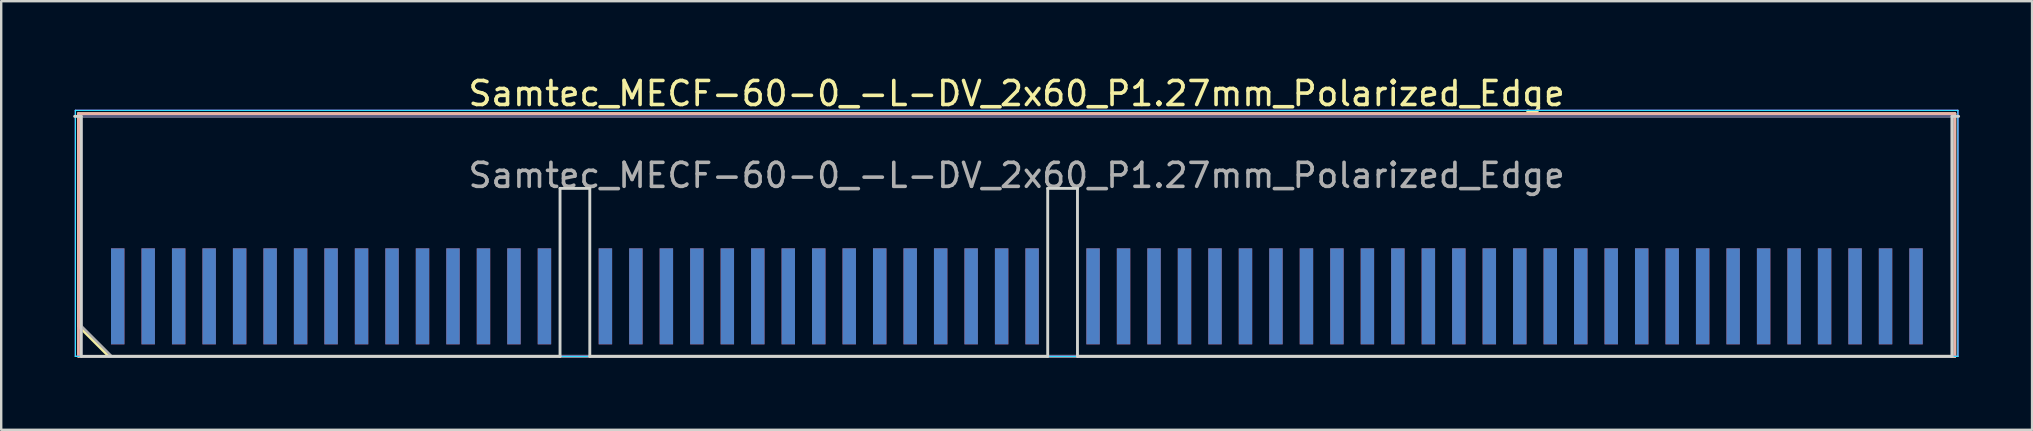
<source format=kicad_pcb>
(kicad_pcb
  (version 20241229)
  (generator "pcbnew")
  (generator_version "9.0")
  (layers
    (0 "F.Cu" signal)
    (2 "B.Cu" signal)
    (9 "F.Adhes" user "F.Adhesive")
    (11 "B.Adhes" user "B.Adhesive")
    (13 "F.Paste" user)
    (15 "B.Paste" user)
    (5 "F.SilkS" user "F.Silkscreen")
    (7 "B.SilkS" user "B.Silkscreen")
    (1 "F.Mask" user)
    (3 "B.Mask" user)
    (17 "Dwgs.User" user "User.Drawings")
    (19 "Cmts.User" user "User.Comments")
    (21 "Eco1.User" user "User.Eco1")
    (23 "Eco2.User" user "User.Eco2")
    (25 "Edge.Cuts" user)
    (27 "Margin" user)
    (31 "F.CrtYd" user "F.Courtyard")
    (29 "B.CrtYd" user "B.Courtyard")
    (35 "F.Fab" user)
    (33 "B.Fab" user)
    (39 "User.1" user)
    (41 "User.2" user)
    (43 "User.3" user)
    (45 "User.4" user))
  (footprint "Samtec_MECF-60-0_-L-DV_2x60_P1.27mm_Polarized_Edge"
    (layer "F.Cu")
    (at 39.31 6.798)
    (property "Reference" "Samtec_MECF-60-0_-L-DV_2x60_P1.27mm_Polarized_Edge" (at 0 -5.95 0) (layer "F.SilkS") (effects (font (size 1 1) (thickness 0.15))))
    (attr exclude_from_pos_files exclude_from_bom)
    (fp_line (start -39.09 -5.11) (end 39.09 -5.11) (stroke (width 0.12) (type solid)) (layer "F.SilkS"))
    (fp_line (start -39.09 3.73) (end -39.09 -5.11) (stroke (width 0.12) (type solid)) (layer "F.SilkS"))
    (fp_line (start -37.82 5) (end -39.09 3.73) (stroke (width 0.12) (type solid)) (layer "F.SilkS"))
    (fp_line (start -37.82 5) (end 39.09 5) (stroke (width 0.12) (type solid)) (layer "F.SilkS"))
    (fp_line (start 39.09 5) (end 39.09 -5.11) (stroke (width 0.12) (type solid)) (layer "F.SilkS"))
    (fp_line (start -39.09 -5.11) (end 39.09 -5.11) (stroke (width 0.12) (type solid)) (layer "B.SilkS"))
    (fp_line (start -39.09 5) (end -39.09 -5.11) (stroke (width 0.12) (type solid)) (layer "B.SilkS"))
    (fp_line (start -39.09 5) (end 39.09 5) (stroke (width 0.12) (type solid)) (layer "B.SilkS"))
    (fp_line (start 39.09 5) (end 39.09 -5.11) (stroke (width 0.12) (type solid)) (layer "B.SilkS"))
    (fp_line (start -39.25 -5) (end -38.975 -5) (stroke (width 0.12) (type solid)) (layer "Edge.Cuts"))
    (fp_line (start -38.975 5) (end -38.975 -5) (stroke (width 0.12) (type solid)) (layer "Edge.Cuts"))
    (fp_line (start -38.975 5) (end -19.025 5) (stroke (width 0.12) (type solid)) (layer "Edge.Cuts"))
    (fp_line (start -19.025 -2) (end -17.785 -2) (stroke (width 0.12) (type solid)) (layer "Edge.Cuts"))
    (fp_line (start -19.025 5) (end -19.025 -2) (stroke (width 0.12) (type solid)) (layer "Edge.Cuts"))
    (fp_line (start -17.785 5) (end -17.785 -2) (stroke (width 0.12) (type solid)) (layer "Edge.Cuts"))
    (fp_line (start -17.785 5) (end 1.295 5) (stroke (width 0.12) (type solid)) (layer "Edge.Cuts"))
    (fp_line (start 1.295 -2) (end 2.535 -2) (stroke (width 0.12) (type solid)) (layer "Edge.Cuts"))
    (fp_line (start 1.295 5) (end 1.295 -2) (stroke (width 0.12) (type solid)) (layer "Edge.Cuts"))
    (fp_line (start 2.535 5) (end 2.535 -2) (stroke (width 0.12) (type solid)) (layer "Edge.Cuts"))
    (fp_line (start 2.535 5) (end 38.975 5) (stroke (width 0.12) (type solid)) (layer "Edge.Cuts"))
    (fp_line (start 38.975 5) (end 38.975 -5) (stroke (width 0.12) (type solid)) (layer "Edge.Cuts"))
    (fp_line (start 39.25 -5) (end 38.975 -5) (stroke (width 0.12) (type solid)) (layer "Edge.Cuts"))
    (fp_line (start -39.22 -5.25) (end -39.22 5) (stroke (width 0.05) (type solid)) (layer "B.CrtYd"))
    (fp_line (start -39.22 5) (end 39.22 5) (stroke (width 0.05) (type solid)) (layer "B.CrtYd"))
    (fp_line (start 39.22 -5.25) (end -39.22 -5.25) (stroke (width 0.05) (type solid)) (layer "B.CrtYd"))
    (fp_line (start 39.22 5) (end 39.22 -5.25) (stroke (width 0.05) (type solid)) (layer "B.CrtYd"))
    (fp_line (start -39.22 -5.25) (end -39.22 5) (stroke (width 0.05) (type solid)) (layer "F.CrtYd"))
    (fp_line (start -39.22 5) (end 39.22 5) (stroke (width 0.05) (type solid)) (layer "F.CrtYd"))
    (fp_line (start 39.22 -5.25) (end -39.22 -5.25) (stroke (width 0.05) (type solid)) (layer "F.CrtYd"))
    (fp_line (start 39.22 5) (end 39.22 -5.25) (stroke (width 0.05) (type solid)) (layer "F.CrtYd"))
    (fp_line (start -38.975 -5) (end 38.975 -5) (stroke (width 0.1) (type solid)) (layer "B.Fab"))
    (fp_line (start -38.975 5) (end -38.975 -5) (stroke (width 0.1) (type solid)) (layer "B.Fab"))
    (fp_line (start -38.975 5) (end 38.975 5) (stroke (width 0.1) (type solid)) (layer "B.Fab"))
    (fp_line (start 38.975 5) (end 38.975 -5) (stroke (width 0.1) (type solid)) (layer "B.Fab"))
    (fp_line (start -38.975 -5) (end 38.975 -5) (stroke (width 0.1) (type solid)) (layer "F.Fab"))
    (fp_line (start -38.975 3.73) (end -38.975 -5) (stroke (width 0.1) (type solid)) (layer "F.Fab"))
    (fp_line (start -38.975 3.73) (end -37.705 5) (stroke (width 0.1) (type solid)) (layer "F.Fab"))
    (fp_line (start -37.705 5) (end 38.975 5) (stroke (width 0.1) (type solid)) (layer "F.Fab"))
    (fp_line (start 38.975 5) (end 38.975 -5) (stroke (width 0.1) (type solid)) (layer "F.Fab"))
    (fp_text user "${REFERENCE}" (at 0 -2.54 0) (layer "F.Fab") (effects (font (size 1 1) (thickness 0.15))))
    (pad "1" connect rect (at -37.455 2.5) (size 0.56 4) (layers "F.Cu" "F.Mask"))
    (pad "2" connect rect (at -37.455 2.5) (size 0.56 4) (layers "B.Cu" "B.Mask"))
    (pad "3" connect rect (at -36.185 2.5) (size 0.56 4) (layers "F.Cu" "F.Mask"))
    (pad "4" connect rect (at -36.185 2.5) (size 0.56 4) (layers "B.Cu" "B.Mask"))
    (pad "5" connect rect (at -34.915 2.5) (size 0.56 4) (layers "F.Cu" "F.Mask"))
    (pad "6" connect rect (at -34.915 2.5) (size 0.56 4) (layers "B.Cu" "B.Mask"))
    (pad "7" connect rect (at -33.645 2.5) (size 0.56 4) (layers "F.Cu" "F.Mask"))
    (pad "8" connect rect (at -33.645 2.5) (size 0.56 4) (layers "B.Cu" "B.Mask"))
    (pad "9" connect rect (at -32.375 2.5) (size 0.56 4) (layers "F.Cu" "F.Mask"))
    (pad "10" connect rect (at -32.375 2.5) (size 0.56 4) (layers "B.Cu" "B.Mask"))
    (pad "11" connect rect (at -31.105 2.5) (size 0.56 4) (layers "F.Cu" "F.Mask"))
    (pad "12" connect rect (at -31.105 2.5) (size 0.56 4) (layers "B.Cu" "B.Mask"))
    (pad "13" connect rect (at -29.835 2.5) (size 0.56 4) (layers "F.Cu" "F.Mask"))
    (pad "14" connect rect (at -29.835 2.5) (size 0.56 4) (layers "B.Cu" "B.Mask"))
    (pad "15" connect rect (at -28.565 2.5) (size 0.56 4) (layers "F.Cu" "F.Mask"))
    (pad "16" connect rect (at -28.565 2.5) (size 0.56 4) (layers "B.Cu" "B.Mask"))
    (pad "17" connect rect (at -27.295 2.5) (size 0.56 4) (layers "F.Cu" "F.Mask"))
    (pad "18" connect rect (at -27.295 2.5) (size 0.56 4) (layers "B.Cu" "B.Mask"))
    (pad "19" connect rect (at -26.025 2.5) (size 0.56 4) (layers "F.Cu" "F.Mask"))
    (pad "20" connect rect (at -26.025 2.5) (size 0.56 4) (layers "B.Cu" "B.Mask"))
    (pad "21" connect rect (at -24.755 2.5) (size 0.56 4) (layers "F.Cu" "F.Mask"))
    (pad "22" connect rect (at -24.755 2.5) (size 0.56 4) (layers "B.Cu" "B.Mask"))
    (pad "23" connect rect (at -23.485 2.5) (size 0.56 4) (layers "F.Cu" "F.Mask"))
    (pad "24" connect rect (at -23.485 2.5) (size 0.56 4) (layers "B.Cu" "B.Mask"))
    (pad "25" connect rect (at -22.215 2.5) (size 0.56 4) (layers "F.Cu" "F.Mask"))
    (pad "26" connect rect (at -22.215 2.5) (size 0.56 4) (layers "B.Cu" "B.Mask"))
    (pad "27" connect rect (at -20.945 2.5) (size 0.56 4) (layers "F.Cu" "F.Mask"))
    (pad "28" connect rect (at -20.945 2.5) (size 0.56 4) (layers "B.Cu" "B.Mask"))
    (pad "29" connect rect (at -19.675 2.5) (size 0.56 4) (layers "F.Cu" "F.Mask"))
    (pad "30" connect rect (at -19.675 2.5) (size 0.56 4) (layers "B.Cu" "B.Mask"))
    (pad "33" connect rect (at -17.135 2.5) (size 0.56 4) (layers "F.Cu" "F.Mask"))
    (pad "34" connect rect (at -17.135 2.5) (size 0.56 4) (layers "B.Cu" "B.Mask"))
    (pad "35" connect rect (at -15.865 2.5) (size 0.56 4) (layers "F.Cu" "F.Mask"))
    (pad "36" connect rect (at -15.865 2.5) (size 0.56 4) (layers "B.Cu" "B.Mask"))
    (pad "37" connect rect (at -14.595 2.5) (size 0.56 4) (layers "F.Cu" "F.Mask"))
    (pad "38" connect rect (at -14.595 2.5) (size 0.56 4) (layers "B.Cu" "B.Mask"))
    (pad "39" connect rect (at -13.325 2.5) (size 0.56 4) (layers "F.Cu" "F.Mask"))
    (pad "40" connect rect (at -13.325 2.5) (size 0.56 4) (layers "B.Cu" "B.Mask"))
    (pad "41" connect rect (at -12.055 2.5) (size 0.56 4) (layers "F.Cu" "F.Mask"))
    (pad "42" connect rect (at -12.055 2.5) (size 0.56 4) (layers "B.Cu" "B.Mask"))
    (pad "43" connect rect (at -10.785 2.5) (size 0.56 4) (layers "F.Cu" "F.Mask"))
    (pad "44" connect rect (at -10.785 2.5) (size 0.56 4) (layers "B.Cu" "B.Mask"))
    (pad "45" connect rect (at -9.515 2.5) (size 0.56 4) (layers "F.Cu" "F.Mask"))
    (pad "46" connect rect (at -9.515 2.5) (size 0.56 4) (layers "B.Cu" "B.Mask"))
    (pad "47" connect rect (at -8.245 2.5) (size 0.56 4) (layers "F.Cu" "F.Mask"))
    (pad "48" connect rect (at -8.245 2.5) (size 0.56 4) (layers "B.Cu" "B.Mask"))
    (pad "49" connect rect (at -6.975 2.5) (size 0.56 4) (layers "F.Cu" "F.Mask"))
    (pad "50" connect rect (at -6.975 2.5) (size 0.56 4) (layers "B.Cu" "B.Mask"))
    (pad "51" connect rect (at -5.705 2.5) (size 0.56 4) (layers "F.Cu" "F.Mask"))
    (pad "52" connect rect (at -5.705 2.5) (size 0.56 4) (layers "B.Cu" "B.Mask"))
    (pad "53" connect rect (at -4.435 2.5) (size 0.56 4) (layers "F.Cu" "F.Mask"))
    (pad "54" connect rect (at -4.435 2.5) (size 0.56 4) (layers "B.Cu" "B.Mask"))
    (pad "55" connect rect (at -3.165 2.5) (size 0.56 4) (layers "F.Cu" "F.Mask"))
    (pad "56" connect rect (at -3.165 2.5) (size 0.56 4) (layers "B.Cu" "B.Mask"))
    (pad "57" connect rect (at -1.895 2.5) (size 0.56 4) (layers "F.Cu" "F.Mask"))
    (pad "58" connect rect (at -1.895 2.5) (size 0.56 4) (layers "B.Cu" "B.Mask"))
    (pad "59" connect rect (at -0.625 2.5) (size 0.56 4) (layers "F.Cu" "F.Mask"))
    (pad "60" connect rect (at -0.625 2.5) (size 0.56 4) (layers "B.Cu" "B.Mask"))
    (pad "61" connect rect (at 0.645 2.5) (size 0.56 4) (layers "F.Cu" "F.Mask"))
    (pad "62" connect rect (at 0.645 2.5) (size 0.56 4) (layers "B.Cu" "B.Mask"))
    (pad "65" connect rect (at 3.185 2.5) (size 0.56 4) (layers "F.Cu" "F.Mask"))
    (pad "66" connect rect (at 3.185 2.5) (size 0.56 4) (layers "B.Cu" "B.Mask"))
    (pad "67" connect rect (at 4.455 2.5) (size 0.56 4) (layers "F.Cu" "F.Mask"))
    (pad "68" connect rect (at 4.455 2.5) (size 0.56 4) (layers "B.Cu" "B.Mask"))
    (pad "69" connect rect (at 5.725 2.5) (size 0.56 4) (layers "F.Cu" "F.Mask"))
    (pad "70" connect rect (at 5.725 2.5) (size 0.56 4) (layers "B.Cu" "B.Mask"))
    (pad "71" connect rect (at 6.995 2.5) (size 0.56 4) (layers "F.Cu" "F.Mask"))
    (pad "72" connect rect (at 6.995 2.5) (size 0.56 4) (layers "B.Cu" "B.Mask"))
    (pad "73" connect rect (at 8.265 2.5) (size 0.56 4) (layers "F.Cu" "F.Mask"))
    (pad "74" connect rect (at 8.265 2.5) (size 0.56 4) (layers "B.Cu" "B.Mask"))
    (pad "75" connect rect (at 9.535 2.5) (size 0.56 4) (layers "F.Cu" "F.Mask"))
    (pad "76" connect rect (at 9.535 2.5) (size 0.56 4) (layers "B.Cu" "B.Mask"))
    (pad "77" connect rect (at 10.805 2.5) (size 0.56 4) (layers "F.Cu" "F.Mask"))
    (pad "78" connect rect (at 10.805 2.5) (size 0.56 4) (layers "B.Cu" "B.Mask"))
    (pad "79" connect rect (at 12.075 2.5) (size 0.56 4) (layers "F.Cu" "F.Mask"))
    (pad "80" connect rect (at 12.075 2.5) (size 0.56 4) (layers "B.Cu" "B.Mask"))
    (pad "81" connect rect (at 13.345 2.5) (size 0.56 4) (layers "F.Cu" "F.Mask"))
    (pad "82" connect rect (at 13.345 2.5) (size 0.56 4) (layers "B.Cu" "B.Mask"))
    (pad "83" connect rect (at 14.615 2.5) (size 0.56 4) (layers "F.Cu" "F.Mask"))
    (pad "84" connect rect (at 14.615 2.5) (size 0.56 4) (layers "B.Cu" "B.Mask"))
    (pad "85" connect rect (at 15.885 2.5) (size 0.56 4) (layers "F.Cu" "F.Mask"))
    (pad "86" connect rect (at 15.885 2.5) (size 0.56 4) (layers "B.Cu" "B.Mask"))
    (pad "87" connect rect (at 17.155 2.5) (size 0.56 4) (layers "F.Cu" "F.Mask"))
    (pad "88" connect rect (at 17.155 2.5) (size 0.56 4) (layers "B.Cu" "B.Mask"))
    (pad "89" connect rect (at 18.425 2.5) (size 0.56 4) (layers "F.Cu" "F.Mask"))
    (pad "90" connect rect (at 18.425 2.5) (size 0.56 4) (layers "B.Cu" "B.Mask"))
    (pad "91" connect rect (at 19.695 2.5) (size 0.56 4) (layers "F.Cu" "F.Mask"))
    (pad "92" connect rect (at 19.695 2.5) (size 0.56 4) (layers "B.Cu" "B.Mask"))
    (pad "93" connect rect (at 20.965 2.5) (size 0.56 4) (layers "F.Cu" "F.Mask"))
    (pad "94" connect rect (at 20.965 2.5) (size 0.56 4) (layers "B.Cu" "B.Mask"))
    (pad "95" connect rect (at 22.235 2.5) (size 0.56 4) (layers "F.Cu" "F.Mask"))
    (pad "96" connect rect (at 22.235 2.5) (size 0.56 4) (layers "B.Cu" "B.Mask"))
    (pad "97" connect rect (at 23.505 2.5) (size 0.56 4) (layers "F.Cu" "F.Mask"))
    (pad "98" connect rect (at 23.505 2.5) (size 0.56 4) (layers "B.Cu" "B.Mask"))
    (pad "99" connect rect (at 24.775 2.5) (size 0.56 4) (layers "F.Cu" "F.Mask"))
    (pad "100" connect rect (at 24.775 2.5) (size 0.56 4) (layers "B.Cu" "B.Mask"))
    (pad "101" connect rect (at 26.045 2.5) (size 0.56 4) (layers "F.Cu" "F.Mask"))
    (pad "102" connect rect (at 26.045 2.5) (size 0.56 4) (layers "B.Cu" "B.Mask"))
    (pad "103" connect rect (at 27.315 2.5) (size 0.56 4) (layers "F.Cu" "F.Mask"))
    (pad "104" connect rect (at 27.315 2.5) (size 0.56 4) (layers "B.Cu" "B.Mask"))
    (pad "105" connect rect (at 28.585 2.5) (size 0.56 4) (layers "F.Cu" "F.Mask"))
    (pad "106" connect rect (at 28.585 2.5) (size 0.56 4) (layers "B.Cu" "B.Mask"))
    (pad "107" connect rect (at 29.855 2.5) (size 0.56 4) (layers "F.Cu" "F.Mask"))
    (pad "108" connect rect (at 29.855 2.5) (size 0.56 4) (layers "B.Cu" "B.Mask"))
    (pad "109" connect rect (at 31.125 2.5) (size 0.56 4) (layers "F.Cu" "F.Mask"))
    (pad "110" connect rect (at 31.125 2.5) (size 0.56 4) (layers "B.Cu" "B.Mask"))
    (pad "111" connect rect (at 32.395 2.5) (size 0.56 4) (layers "F.Cu" "F.Mask"))
    (pad "112" connect rect (at 32.395 2.5) (size 0.56 4) (layers "B.Cu" "B.Mask"))
    (pad "113" connect rect (at 33.665 2.5) (size 0.56 4) (layers "F.Cu" "F.Mask"))
    (pad "114" connect rect (at 33.665 2.5) (size 0.56 4) (layers "B.Cu" "B.Mask"))
    (pad "115" connect rect (at 34.935 2.5) (size 0.56 4) (layers "F.Cu" "F.Mask"))
    (pad "116" connect rect (at 34.935 2.5) (size 0.56 4) (layers "B.Cu" "B.Mask"))
    (pad "117" connect rect (at 36.205 2.5) (size 0.56 4) (layers "F.Cu" "F.Mask"))
    (pad "118" connect rect (at 36.205 2.5) (size 0.56 4) (layers "B.Cu" "B.Mask"))
    (pad "119" connect rect (at 37.475 2.5) (size 0.56 4) (layers "F.Cu" "F.Mask"))
    (pad "120" connect rect (at 37.475 2.5) (size 0.56 4) (layers "B.Cu" "B.Mask")))
  (gr_rect
    (start -3 -3)
    (end 81.62 14.858)
    (stroke (width 0.1) (type default))
    (fill no)
    (layer "Edge.Cuts")))
</source>
